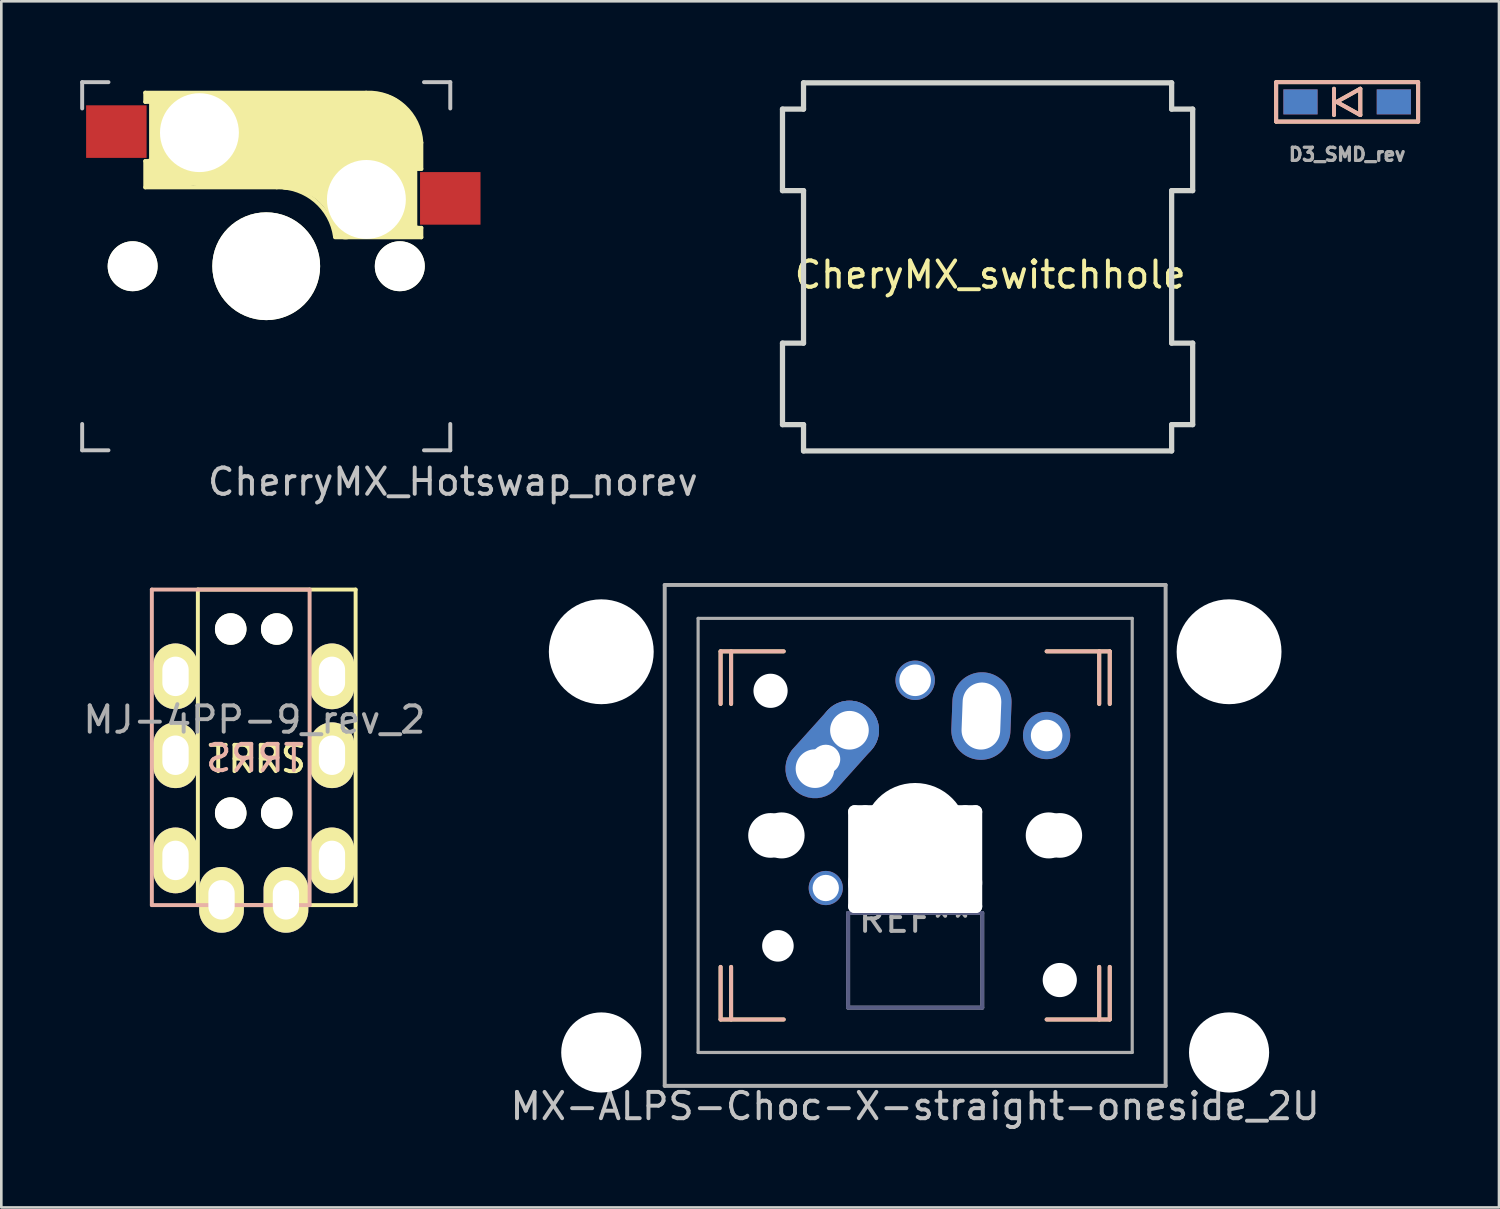
<source format=kicad_pcb>
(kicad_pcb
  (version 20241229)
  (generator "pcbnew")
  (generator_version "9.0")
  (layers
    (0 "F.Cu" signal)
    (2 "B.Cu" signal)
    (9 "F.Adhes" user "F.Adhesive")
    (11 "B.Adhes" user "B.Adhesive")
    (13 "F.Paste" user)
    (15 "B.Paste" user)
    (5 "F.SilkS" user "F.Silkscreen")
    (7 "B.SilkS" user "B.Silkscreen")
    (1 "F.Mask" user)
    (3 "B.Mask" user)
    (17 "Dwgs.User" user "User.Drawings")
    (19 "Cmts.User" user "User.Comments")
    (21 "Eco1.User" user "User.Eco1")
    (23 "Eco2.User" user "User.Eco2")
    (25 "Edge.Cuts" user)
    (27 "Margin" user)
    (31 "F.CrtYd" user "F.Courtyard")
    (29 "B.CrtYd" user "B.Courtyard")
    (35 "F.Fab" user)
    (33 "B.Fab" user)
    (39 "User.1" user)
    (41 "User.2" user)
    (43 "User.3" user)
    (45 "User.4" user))
  (footprint "MJ-4PP-9_rev_2"
    (layer "F.Cu")
    (at 7.475 19.373)
    (property "Reference" "MJ-4PP-9_rev_2" (at -0.85 4.95 0) (layer "F.Fab") (effects (font (size 1 1) (thickness 0.15))))
    (attr through_hole)
    (fp_line (start -3 0) (end 3 0) (stroke (width 0.15) (type solid)) (layer "F.SilkS"))
    (fp_line (start -3 12) (end -3 0) (stroke (width 0.15) (type solid)) (layer "F.SilkS"))
    (fp_line (start 3 0) (end 3 12) (stroke (width 0.15) (type solid)) (layer "F.SilkS"))
    (fp_line (start 3 12) (end -3 12) (stroke (width 0.15) (type solid)) (layer "F.SilkS"))
    (fp_line (start -4.75 0) (end 1.25 0) (stroke (width 0.15) (type solid)) (layer "B.SilkS"))
    (fp_line (start -4.75 12) (end -4.75 0) (stroke (width 0.15) (type solid)) (layer "B.SilkS"))
    (fp_line (start 1.25 0) (end 1.25 12) (stroke (width 0.15) (type solid)) (layer "B.SilkS"))
    (fp_line (start 1.25 12) (end -4.75 12) (stroke (width 0.15) (type solid)) (layer "B.SilkS"))
    (fp_text user "TRRS" (at -0.75 6.45 0) (layer "F.SilkS") (effects (font (size 1 1) (thickness 0.15))))
    (fp_text user "TRRS" (at -0.826 6.413 0) (layer "B.SilkS") (effects (font (size 1 1) (thickness 0.15)) (justify mirror)))
    (pad "" np_thru_hole circle (at -1.75 1.5) (size 1.2 1.2) (drill 1.2) (layers "*.Cu" "*.Mask" "F.SilkS"))
    (pad "" np_thru_hole circle (at -1.75 8.5) (size 1.2 1.2) (drill 1.2) (layers "*.Cu" "*.Mask" "F.SilkS"))
    (pad "" np_thru_hole circle (at 0 1.5) (size 1.2 1.2) (drill 1.2) (layers "*.Cu" "*.Mask" "F.SilkS"))
    (pad "" np_thru_hole circle (at 0 8.5) (size 1.2 1.2) (drill 1.2) (layers "*.Cu" "*.Mask" "F.SilkS"))
    (pad "R1" thru_hole oval (at -3.85 6.3) (size 1.7 2.5) (drill oval 1 1.5) (layers "*.Cu" "*.Mask" "F.SilkS"))
    (pad "R1" thru_hole oval (at 2.1 6.3) (size 1.7 2.5) (drill oval 1 1.5) (layers "*.Cu" "*.Mask" "F.SilkS"))
    (pad "R2" thru_hole oval (at -3.85 3.3) (size 1.7 2.5) (drill oval 1 1.5) (layers "*.Cu" "*.Mask" "F.SilkS"))
    (pad "R2" thru_hole oval (at 2.1 3.3) (size 1.7 2.5) (drill oval 1 1.5) (layers "*.Cu" "*.Mask" "F.SilkS"))
    (pad "S" thru_hole oval (at -2.1 11.8) (size 1.7 2.5) (drill oval 1 1.5) (layers "*.Cu" "*.Mask" "F.SilkS"))
    (pad "S" thru_hole oval (at 0.35 11.8) (size 1.7 2.5) (drill oval 1 1.5) (layers "*.Cu" "*.Mask" "F.SilkS"))
    (pad "T" thru_hole oval (at -3.85 10.3) (size 1.7 2.5) (drill oval 1 1.5) (layers "*.Cu" "*.Mask" "F.SilkS"))
    (pad "T" thru_hole oval (at 2.1 10.3) (size 1.7 2.5) (drill oval 1 1.5) (layers "*.Cu" "*.Mask" "F.SilkS")))
  (footprint "MX-ALPS-Choc-X-straight-oneside_2U"
    (layer "F.Cu")
    (at 31.756 28.723)
    (property "Reference" "MX-ALPS-Choc-X-straight-oneside_2U" (at 0 10.3 0) (layer "Dwgs.User") (effects (font (size 1 1) (thickness 0.15))))
    (attr through_hole)
    (fp_line (start -7.4 -7) (end -7.4 -5) (stroke (width 0.15) (type solid)) (layer "F.SilkS"))
    (fp_line (start -7.4 5) (end -7.4 7) (stroke (width 0.15) (type solid)) (layer "F.SilkS"))
    (fp_line (start -7.4 7) (end -5 7) (stroke (width 0.15) (type solid)) (layer "F.SilkS"))
    (fp_line (start -7 -7) (end -7 -5) (stroke (width 0.15) (type solid)) (layer "F.SilkS"))
    (fp_line (start -7 5) (end -7 7) (stroke (width 0.15) (type solid)) (layer "F.SilkS"))
    (fp_line (start -5 -7) (end -7.4 -7) (stroke (width 0.15) (type solid)) (layer "F.SilkS"))
    (fp_line (start 7 -5) (end 7 -7) (stroke (width 0.15) (type solid)) (layer "F.SilkS"))
    (fp_line (start 7 5) (end 7 7) (stroke (width 0.15) (type solid)) (layer "F.SilkS"))
    (fp_line (start 7.4 -7) (end 5 -7) (stroke (width 0.15) (type solid)) (layer "F.SilkS"))
    (fp_line (start 7.4 -5) (end 7.4 -7) (stroke (width 0.15) (type solid)) (layer "F.SilkS"))
    (fp_line (start 7.4 5) (end 7.4 7) (stroke (width 0.15) (type solid)) (layer "F.SilkS"))
    (fp_line (start 7.4 7) (end 5 7) (stroke (width 0.15) (type solid)) (layer "F.SilkS"))
    (fp_line (start -7.4 -7) (end -7.4 -5) (stroke (width 0.15) (type solid)) (layer "B.SilkS"))
    (fp_line (start -7.4 5) (end -7.4 7) (stroke (width 0.15) (type solid)) (layer "B.SilkS"))
    (fp_line (start -7.4 7) (end -5 7) (stroke (width 0.15) (type solid)) (layer "B.SilkS"))
    (fp_line (start -7 -7) (end -7 -5) (stroke (width 0.15) (type solid)) (layer "B.SilkS"))
    (fp_line (start -7 5) (end -7 7) (stroke (width 0.15) (type solid)) (layer "B.SilkS"))
    (fp_line (start -5 -7) (end -7.4 -7) (stroke (width 0.15) (type solid)) (layer "B.SilkS"))
    (fp_line (start 5 -7) (end 7.4 -7) (stroke (width 0.15) (type solid)) (layer "B.SilkS"))
    (fp_line (start 5 7) (end 7.4 7) (stroke (width 0.15) (type solid)) (layer "B.SilkS"))
    (fp_line (start 7 -7) (end 7 -5) (stroke (width 0.15) (type solid)) (layer "B.SilkS"))
    (fp_line (start 7 7) (end 7 5) (stroke (width 0.15) (type solid)) (layer "B.SilkS"))
    (fp_line (start 7.4 -7) (end 7.4 -5) (stroke (width 0.15) (type solid)) (layer "B.SilkS"))
    (fp_line (start 7.4 7) (end 7.4 5) (stroke (width 0.15) (type solid)) (layer "B.SilkS"))
    (fp_line (start -2.55 2.95) (end 2.55 2.95) (stroke (width 0.15) (type solid)) (layer "B.Fab"))
    (fp_line (start -2.55 6.55) (end -2.55 2.95) (stroke (width 0.15) (type solid)) (layer "B.Fab"))
    (fp_line (start 2.55 2.95) (end 2.55 6.55) (stroke (width 0.15) (type solid)) (layer "B.Fab"))
    (fp_line (start 2.55 6.55) (end -2.55 6.55) (stroke (width 0.15) (type solid)) (layer "B.Fab"))
    (fp_line (start -9.525 -9.525) (end 9.525 -9.525) (stroke (width 0.15) (type solid)) (layer "F.Fab"))
    (fp_line (start -9.525 9.525) (end -9.525 -9.525) (stroke (width 0.15) (type solid)) (layer "F.Fab"))
    (fp_line (start -8.255 -8.255) (end 8.255 -8.255) (stroke (width 0.12) (type solid)) (layer "F.Fab"))
    (fp_line (start -8.255 8.255) (end -8.255 -8.255) (stroke (width 0.12) (type solid)) (layer "F.Fab"))
    (fp_line (start -2.55 2.95) (end -2.55 6.55) (stroke (width 0.15) (type solid)) (layer "F.Fab"))
    (fp_line (start -2.55 6.55) (end 2.55 6.55) (stroke (width 0.15) (type solid)) (layer "F.Fab"))
    (fp_line (start 2.55 2.95) (end -2.55 2.95) (stroke (width 0.15) (type solid)) (layer "F.Fab"))
    (fp_line (start 2.55 6.55) (end 2.55 2.95) (stroke (width 0.15) (type solid)) (layer "F.Fab"))
    (fp_line (start 8.255 -8.255) (end 8.255 8.255) (stroke (width 0.12) (type solid)) (layer "F.Fab"))
    (fp_line (start 8.255 8.255) (end -8.255 8.255) (stroke (width 0.12) (type solid)) (layer "F.Fab"))
    (fp_line (start 9.525 -9.525) (end 9.525 9.525) (stroke (width 0.15) (type solid)) (layer "F.Fab"))
    (fp_line (start 9.525 9.525) (end -9.525 9.525) (stroke (width 0.15) (type solid)) (layer "F.Fab"))
    (fp_text user "REF**" (at 0 3.175 0) (layer "F.Fab") (effects (font (size 1 1) (thickness 0.15))))
    (pad "" np_thru_hole circle (at -11.938 -6.985 90) (size 3.988 3.988) (drill 3.988) (layers "*.Cu"))
    (pad "" np_thru_hole circle (at -11.938 8.255 90) (size 3.048 3.048) (drill 3.048) (layers "*.Cu"))
    (pad "" np_thru_hole circle (at -5.5 -5.5 180) (size 1.3 1.3) (drill 1.3) (layers "*.Cu" "*.Mask"))
    (pad "" np_thru_hole circle (at -5.5 0 48.1) (size 1.7 1.7) (drill 1.7) (layers "*.Cu" "*.Mask"))
    (pad "" np_thru_hole circle (at -5.22 4.2 48.1) (size 1.2 1.2) (drill 1.2) (layers "*.Cu" "*.Mask"))
    (pad "" np_thru_hole circle (at -5.08 0 48.1) (size 1.75 1.75) (drill 1.75) (layers "*.Cu" "*.Mask"))
    (pad "" np_thru_hole oval (at -2.3 0.9) (size 0.5 4.1) (drill oval 0.5 4.1) (layers "*.Cu" "*.Mask"))
    (pad "" np_thru_hole oval (at -1.9 0.9) (size 0.5 4.1) (drill oval 0.5 4.1) (layers "*.Cu" "*.Mask"))
    (pad "" np_thru_hole oval (at 0 -0.9) (size 5.1 0.5) (drill oval 5.1 0.5) (layers "*.Cu" "*.Mask"))
    (pad "" np_thru_hole circle (at 0 0) (size 3.988 3.988) (drill 3.988) (layers "*.Cu" "*.Mask"))
    (pad "" np_thru_hole oval (at 0 1.8) (size 5.1 1.5) (drill oval 5.1 1.5) (layers "*.Cu" "*.Mask"))
    (pad "" np_thru_hole oval (at 0 2.7) (size 5.1 0.5) (drill oval 5.1 0.5) (layers "*.Cu" "*.Mask"))
    (pad "" np_thru_hole oval (at 1.905 0.899) (size 0.5 4.1) (drill oval 0.5 4.1) (layers "*.Cu" "*.Mask"))
    (pad "" np_thru_hole oval (at 2.3 0.9) (size 0.5 4.1) (drill oval 0.5 4.1) (layers "*.Cu" "*.Mask"))
    (pad "" np_thru_hole circle (at 5.08 0 48.1) (size 1.75 1.75) (drill 1.75) (layers "*.Cu" "*.Mask"))
    (pad "" np_thru_hole circle (at 5.5 5.5 180) (size 1.3 1.3) (drill 1.3) (layers "*.Cu" "*.Mask"))
    (pad "" np_thru_hole circle (at 5.5 0 48.1) (size 1.7 1.7) (drill 1.7) (layers "*.Cu" "*.Mask"))
    (pad "" np_thru_hole circle (at 11.938 -6.985) (size 3.988 3.988) (drill 3.988) (layers "*.Cu"))
    (pad "" np_thru_hole circle (at 11.938 8.255 90) (size 3.048 3.048) (drill 3.048) (layers "*.Cu"))
    (pad "1" thru_hole circle (at -3.4 2 180) (size 1.3 1.3) (drill 1) (layers "*.Cu" "*.Mask"))
    (pad "1" thru_hole oval (at 2.52 -4.54 87.8) (size 3.33 2.25) (drill oval 2.55 1.47) (layers "*.Cu" "*.Mask"))
    (pad "1" thru_hole circle (at 5 -3.8) (size 1.8 1.8) (drill 1.2) (layers "*.Cu" "*.Mask"))
    (pad "2" thru_hole custom (at -3.81 -2.54) (size 2.25 2.25) (drill 1.47) (layers "*.Cu" "*.Mask") (options (anchor circle)) (primitives (gr_line (start 1.61 -1.16) (end 0.3 0.3) (width 1.4)) (gr_line (start 1.008 -1.758) (end -0.34 -0.26) (width 1.4)) (gr_arc (start 1.008433 -1.758425) (mid 1.609214 -1.760785) (end 1.61 -1.16) (width 1.4))))
    (pad "2" thru_hole circle (at -3.4 -2.9 180) (size 1.6 1.6) (drill 1.1) (layers "*.Cu" "*.Mask"))
    (pad "2" thru_hole circle (at -2.5 -4) (size 2.25 2.25) (drill 1.47) (layers "*.Cu" "B.Mask"))
    (pad "2" thru_hole circle (at 0 -5.9) (size 1.5 1.5) (drill 1.2) (layers "*.Cu" "*.Mask")))
  (footprint "CherryMX_Hotswap_norev"
    (layer "F.Cu")
    (at 7.075 7.075)
    (property "Reference" "CherryMX_Hotswap_norev" (at 7.1 8.2 0) (layer "Dwgs.User") (effects (font (size 1 1) (thickness 0.15))))
    (attr through_hole)
    (fp_line (start -4.6 -6.6) (end 3.8 -6.6) (stroke (width 0.15) (type solid)) (layer "F.SilkS"))
    (fp_line (start -4.6 -6.25) (end -4.6 -6.6) (stroke (width 0.15) (type solid)) (layer "F.SilkS"))
    (fp_line (start -4.6 -4) (end -4.4 -4) (stroke (width 0.15) (type solid)) (layer "F.SilkS"))
    (fp_line (start -4.6 -3) (end -4.6 -4) (stroke (width 0.15) (type solid)) (layer "F.SilkS"))
    (fp_line (start -4.4 -6.4) (end -3 -6.4) (stroke (width 0.4) (type solid)) (layer "F.SilkS"))
    (fp_line (start -4.4 -6.25) (end -4.6 -6.25) (stroke (width 0.15) (type solid)) (layer "F.SilkS"))
    (fp_line (start -4.4 -3.9) (end -4.4 -3.2) (stroke (width 0.4) (type solid)) (layer "F.SilkS"))
    (fp_line (start -4.38 -4) (end -4.38 -6.25) (stroke (width 0.15) (type solid)) (layer "F.SilkS"))
    (fp_line (start -4.3 -3.3) (end -2.9 -3.3) (stroke (width 0.5) (type solid)) (layer "F.SilkS"))
    (fp_line (start -3.9 -6) (end -3.9 -3.5) (stroke (width 1) (type solid)) (layer "F.SilkS"))
    (fp_line (start -2.6 -4.8) (end 4.1 -4.8) (stroke (width 3.5) (type solid)) (layer "F.SilkS"))
    (fp_line (start 0.4 -3) (end -4.6 -3) (stroke (width 0.15) (type solid)) (layer "F.SilkS"))
    (fp_line (start 4.17 -5.1) (end 4.17 -2.86) (stroke (width 3) (type solid)) (layer "F.SilkS"))
    (fp_line (start 5.3 -1.6) (end 5.3 -3.4) (stroke (width 0.8) (type solid)) (layer "F.SilkS"))
    (fp_line (start 5.67 -3.7) (end 5.67 -1.46) (stroke (width 0.15) (type solid)) (layer "F.SilkS"))
    (fp_line (start 5.7 -1.46) (end 5.9 -1.46) (stroke (width 0.15) (type solid)) (layer "F.SilkS"))
    (fp_line (start 5.7 -1.3) (end 3 -1.3) (stroke (width 0.5) (type solid)) (layer "F.SilkS"))
    (fp_line (start 5.8 -3.8) (end 5.8 -4.7) (stroke (width 0.3) (type solid)) (layer "F.SilkS"))
    (fp_line (start 5.9 -4.7) (end 5.9 -3.7) (stroke (width 0.15) (type solid)) (layer "F.SilkS"))
    (fp_line (start 5.9 -3.7) (end 5.7 -3.7) (stroke (width 0.15) (type solid)) (layer "F.SilkS"))
    (fp_line (start 5.9 -1.1) (end 2.62 -1.1) (stroke (width 0.15) (type solid)) (layer "F.SilkS"))
    (fp_line (start 5.9 -1.1) (end 5.9 -1.46) (stroke (width 0.15) (type solid)) (layer "F.SilkS"))
    (fp_arc (start 0.4 -3) (mid 1.868709 -2.486118) (end 2.616318 -1.121471) (stroke (width 0.15) (type solid)) (layer "F.SilkS"))
    (fp_arc (start 0.8 -3.4) (mid 2.268709 -2.886118) (end 3.016318 -1.521471) (stroke (width 1) (type solid)) (layer "F.SilkS"))
    (fp_arc (start 3.8 -6.600001) (mid 5.243504 -6.084925) (end 5.900001 -4.7) (stroke (width 0.15) (type solid)) (layer "F.SilkS"))
    (fp_line (start -7 -7) (end -6 -7) (stroke (width 0.15) (type solid)) (layer "Dwgs.User"))
    (fp_line (start -7 -6) (end -7 -7) (stroke (width 0.15) (type solid)) (layer "Dwgs.User"))
    (fp_line (start -7 6) (end -7 7) (stroke (width 0.15) (type solid)) (layer "Dwgs.User"))
    (fp_line (start -7 7) (end -6 7) (stroke (width 0.15) (type solid)) (layer "Dwgs.User"))
    (fp_line (start 6 7) (end 7 7) (stroke (width 0.15) (type solid)) (layer "Dwgs.User"))
    (fp_line (start 7 -7) (end 6 -7) (stroke (width 0.15) (type solid)) (layer "Dwgs.User"))
    (fp_line (start 7 -7) (end 7 -6) (stroke (width 0.15) (type solid)) (layer "Dwgs.User"))
    (fp_line (start 7 7) (end 7 6) (stroke (width 0.15) (type solid)) (layer "Dwgs.User"))
    (pad "" np_thru_hole circle (at -5.08 0) (size 1.9 1.9) (drill 1.9) (layers "*.Cu" "*.Mask" "F.SilkS"))
    (pad "" np_thru_hole circle (at -2.54 -5.08 180) (size 3 3) (drill 3) (layers "*.Cu" "*.Mask"))
    (pad "" np_thru_hole circle (at 0 0 90) (size 4.1 4.1) (drill 4.1) (layers "*.Cu" "*.Mask" "F.SilkS"))
    (pad "" np_thru_hole circle (at 3.81 -2.54 180) (size 3 3) (drill 3) (layers "*.Cu" "*.Mask"))
    (pad "" np_thru_hole circle (at 5.08 0) (size 1.9 1.9) (drill 1.9) (layers "*.Cu" "*.Mask" "F.SilkS"))
    (pad "1" smd rect (at 7 -2.58 180) (size 2.3 2) (layers "F.Cu" "F.Mask" "F.Paste"))
    (pad "2" smd rect (at -5.7 -5.12 180) (size 2.3 2) (layers "F.Cu" "F.Mask" "F.Paste")))
  (footprint "CheryMX_switchhole"
    (layer "F.Cu")
    (at 34.51 7.1)
    (property "Reference" "CheryMX_switchhole" (at 0.1 0.3 0) (layer "F.SilkS") (effects (font (size 1 1) (thickness 0.15))))
    (attr through_hole)
    (fp_line (start -7.8 -6) (end -7.8 -2.9) (stroke (width 0.2) (type solid)) (layer "Edge.Cuts"))
    (fp_line (start -7.8 -2.9) (end -7 -2.9) (stroke (width 0.2) (type solid)) (layer "Edge.Cuts"))
    (fp_line (start -7.8 2.9) (end -7.8 6) (stroke (width 0.2) (type solid)) (layer "Edge.Cuts"))
    (fp_line (start -7.8 6) (end -7 6) (stroke (width 0.2) (type solid)) (layer "Edge.Cuts"))
    (fp_line (start -7 -7) (end -7 -6) (stroke (width 0.2) (type solid)) (layer "Edge.Cuts"))
    (fp_line (start -7 -6) (end -7.8 -6) (stroke (width 0.2) (type solid)) (layer "Edge.Cuts"))
    (fp_line (start -7 -2.9) (end -7 2.9) (stroke (width 0.2) (type solid)) (layer "Edge.Cuts"))
    (fp_line (start -7 2.9) (end -7.8 2.9) (stroke (width 0.2) (type solid)) (layer "Edge.Cuts"))
    (fp_line (start -7 6) (end -7 7) (stroke (width 0.2) (type solid)) (layer "Edge.Cuts"))
    (fp_line (start -7 7) (end 7 7) (stroke (width 0.2) (type solid)) (layer "Edge.Cuts"))
    (fp_line (start 7 -7) (end -7 -7) (stroke (width 0.2) (type solid)) (layer "Edge.Cuts"))
    (fp_line (start 7 -6) (end 7 -7) (stroke (width 0.2) (type solid)) (layer "Edge.Cuts"))
    (fp_line (start 7 -2.9) (end 7.8 -2.9) (stroke (width 0.2) (type solid)) (layer "Edge.Cuts"))
    (fp_line (start 7 2.9) (end 7 -2.9) (stroke (width 0.2) (type solid)) (layer "Edge.Cuts"))
    (fp_line (start 7 6) (end 7.8 6) (stroke (width 0.2) (type solid)) (layer "Edge.Cuts"))
    (fp_line (start 7 7) (end 7 6) (stroke (width 0.2) (type solid)) (layer "Edge.Cuts"))
    (fp_line (start 7.8 -6) (end 7 -6) (stroke (width 0.2) (type solid)) (layer "Edge.Cuts"))
    (fp_line (start 7.8 -2.9) (end 7.8 -6) (stroke (width 0.2) (type solid)) (layer "Edge.Cuts"))
    (fp_line (start 7.8 2.9) (end 7 2.9) (stroke (width 0.2) (type solid)) (layer "Edge.Cuts"))
    (fp_line (start 7.8 6) (end 7.8 2.9) (stroke (width 0.2) (type solid)) (layer "Edge.Cuts")))
  (footprint "D3_SMD_rev"
    (layer "F.Cu")
    (at 48.185 0.825)
    (property "Reference" "D3_SMD_rev" (at 0 2 0) (layer "F.Fab") (effects (font (size 0.5 0.5) (thickness 0.125))))
    (attr through_hole)
    (fp_line (start -2.7 -0.75) (end -2.7 0.75) (stroke (width 0.15) (type solid)) (layer "F.SilkS"))
    (fp_line (start -2.7 0.75) (end 2.7 0.75) (stroke (width 0.15) (type solid)) (layer "F.SilkS"))
    (fp_line (start -0.5 -0.5) (end -0.5 0.5) (stroke (width 0.15) (type solid)) (layer "F.SilkS"))
    (fp_line (start -0.4 0) (end 0.5 -0.5) (stroke (width 0.15) (type solid)) (layer "F.SilkS"))
    (fp_line (start 0.5 -0.5) (end 0.5 0.5) (stroke (width 0.15) (type solid)) (layer "F.SilkS"))
    (fp_line (start 0.5 0.5) (end -0.4 0) (stroke (width 0.15) (type solid)) (layer "F.SilkS"))
    (fp_line (start 2.7 -0.75) (end -2.7 -0.75) (stroke (width 0.15) (type solid)) (layer "F.SilkS"))
    (fp_line (start 2.7 -0.75) (end 2.7 0.75) (stroke (width 0.15) (type solid)) (layer "F.SilkS"))
    (fp_line (start -2.7 -0.75) (end -2.7 0.75) (stroke (width 0.15) (type solid)) (layer "B.SilkS"))
    (fp_line (start -2.7 0.75) (end 2.7 0.75) (stroke (width 0.15) (type solid)) (layer "B.SilkS"))
    (fp_line (start -0.5 -0.5) (end -0.5 0.5) (stroke (width 0.15) (type solid)) (layer "B.SilkS"))
    (fp_line (start -0.4 0) (end 0.5 -0.5) (stroke (width 0.15) (type solid)) (layer "B.SilkS"))
    (fp_line (start 0.5 -0.5) (end 0.5 0.5) (stroke (width 0.15) (type solid)) (layer "B.SilkS"))
    (fp_line (start 0.5 0.5) (end -0.4 0) (stroke (width 0.15) (type solid)) (layer "B.SilkS"))
    (fp_line (start 2.7 -0.75) (end -2.7 -0.75) (stroke (width 0.15) (type solid)) (layer "B.SilkS"))
    (fp_line (start 2.7 0.75) (end 2.7 -0.75) (stroke (width 0.15) (type solid)) (layer "B.SilkS"))
    (pad "1" smd rect (at -1.775 0) (size 1.3 0.95) (layers "F.Cu" "F.Mask" "F.Paste"))
    (pad "1" smd rect (at -1.775 0) (size 1.3 0.95) (layers "B.Cu" "B.Mask" "B.Paste"))
    (pad "2" smd rect (at 1.775 0) (size 1.3 0.95) (layers "F.Cu" "F.Mask" "F.Paste"))
    (pad "2" smd rect (at 1.775 0) (size 1.3 0.95) (layers "B.Cu" "B.Mask" "B.Paste")))
  (gr_rect
    (start -3 -3)
    (end 53.96 42.871)
    (stroke (width 0.1) (type default))
    (fill no)
    (layer "Edge.Cuts")))
</source>
